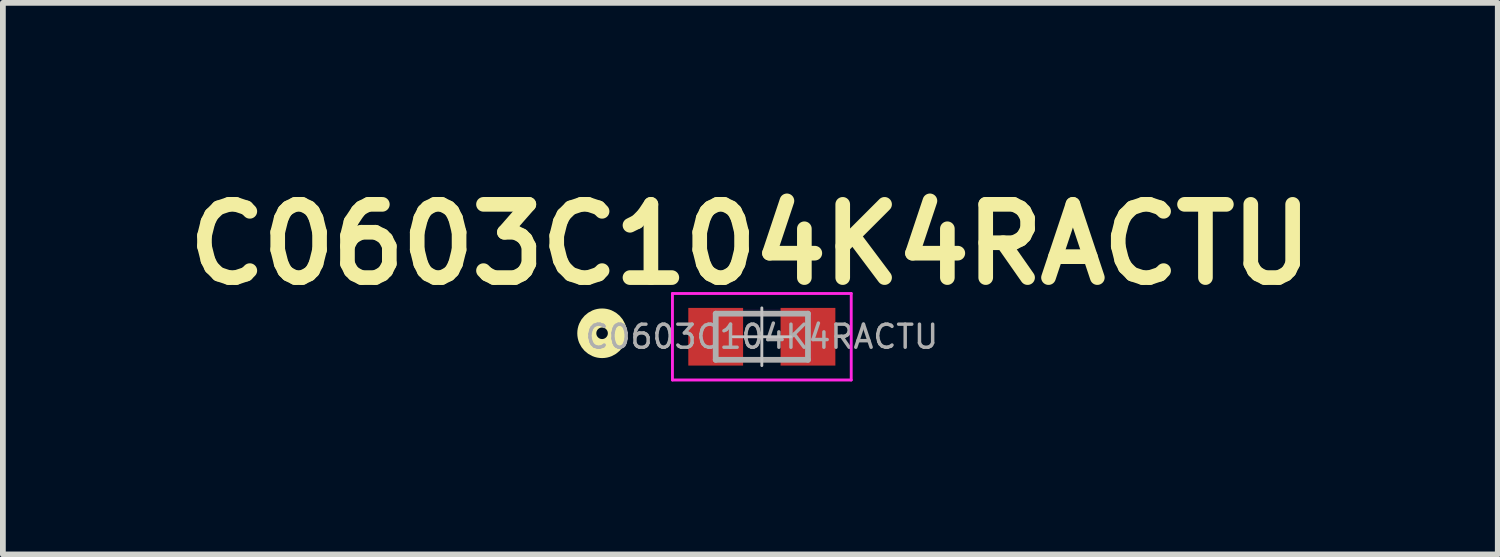
<source format=kicad_pcb>
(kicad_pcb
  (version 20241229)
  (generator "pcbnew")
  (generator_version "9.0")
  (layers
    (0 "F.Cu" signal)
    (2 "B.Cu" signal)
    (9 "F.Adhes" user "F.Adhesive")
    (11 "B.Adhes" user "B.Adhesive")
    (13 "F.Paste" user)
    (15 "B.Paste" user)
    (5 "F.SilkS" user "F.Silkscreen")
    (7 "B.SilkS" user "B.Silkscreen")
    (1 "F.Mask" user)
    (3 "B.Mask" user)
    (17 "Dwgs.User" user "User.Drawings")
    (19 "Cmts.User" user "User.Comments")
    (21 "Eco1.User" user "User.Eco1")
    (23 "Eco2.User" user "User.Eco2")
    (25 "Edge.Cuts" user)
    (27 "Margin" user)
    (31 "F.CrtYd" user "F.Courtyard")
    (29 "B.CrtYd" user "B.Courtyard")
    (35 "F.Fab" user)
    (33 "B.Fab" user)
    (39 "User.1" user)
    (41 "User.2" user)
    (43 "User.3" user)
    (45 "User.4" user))
  (footprint "C0603C104K4RACTU"
    (layer "F.Cu")
    (at 10.16 2.789)
    (property "Reference" "C0603C104K4RACTU" (at -0.2 -1.6 0) (layer "F.SilkS") (effects (font (size 1.27 1.27) (thickness 0.254))))
    (attr smd)
    (fp_circle (center -2.77 -0.06) (end -2.67 -0.06) (stroke (width 0.33) (type solid)) (fill no) (layer "F.SilkS"))
    (fp_line (start -0.5 0) (end 0.5 0) (stroke (width 0.05) (type solid)) (layer "Dwgs.User"))
    (fp_line (start 0 0.5) (end 0 -0.5) (stroke (width 0.05) (type solid)) (layer "Dwgs.User"))
    (fp_line (start -1.55 -0.75) (end -1.55 0.75) (stroke (width 0.05) (type solid)) (layer "F.CrtYd"))
    (fp_line (start -1.55 0.75) (end 1.55 0.75) (stroke (width 0.05) (type solid)) (layer "F.CrtYd"))
    (fp_line (start -0.875 -0.475) (end -0.875 0.475) (stroke (width 0.001) (type solid)) (layer "F.CrtYd"))
    (fp_line (start -0.875 0.475) (end 0.875 0.475) (stroke (width 0.001) (type solid)) (layer "F.CrtYd"))
    (fp_line (start 0.875 -0.475) (end -0.875 -0.475) (stroke (width 0.001) (type solid)) (layer "F.CrtYd"))
    (fp_line (start 0.875 0.475) (end 0.875 -0.475) (stroke (width 0.001) (type solid)) (layer "F.CrtYd"))
    (fp_line (start 1.55 -0.75) (end -1.55 -0.75) (stroke (width 0.05) (type solid)) (layer "F.CrtYd"))
    (fp_line (start 1.55 0.75) (end 1.55 -0.75) (stroke (width 0.05) (type solid)) (layer "F.CrtYd"))
    (fp_line (start -0.8 -0.4) (end -0.8 0.4) (stroke (width 0.1) (type solid)) (layer "F.Fab"))
    (fp_line (start -0.8 0.4) (end 0.8 0.4) (stroke (width 0.1) (type solid)) (layer "F.Fab"))
    (fp_line (start 0.8 -0.4) (end -0.8 -0.4) (stroke (width 0.1) (type solid)) (layer "F.Fab"))
    (fp_line (start 0.8 0.4) (end 0.8 -0.4) (stroke (width 0.1) (type solid)) (layer "F.Fab"))
    (fp_text user "${REFERENCE}" (at 0 0 0) (layer "F.Fab") (effects (font (size 0.4 0.4) (thickness 0.06))))
    (pad "1" smd rect (at -0.8 0) (size 0.95 1) (layers "F.Cu" "F.Mask" "F.Paste"))
    (pad "2" smd rect (at 0.8 0) (size 0.95 1) (layers "F.Cu" "F.Mask" "F.Paste")))
  (gr_rect
    (start -3 -3)
    (end 22.921 6.564)
    (stroke (width 0.1) (type default))
    (fill no)
    (layer "Edge.Cuts")))
</source>
